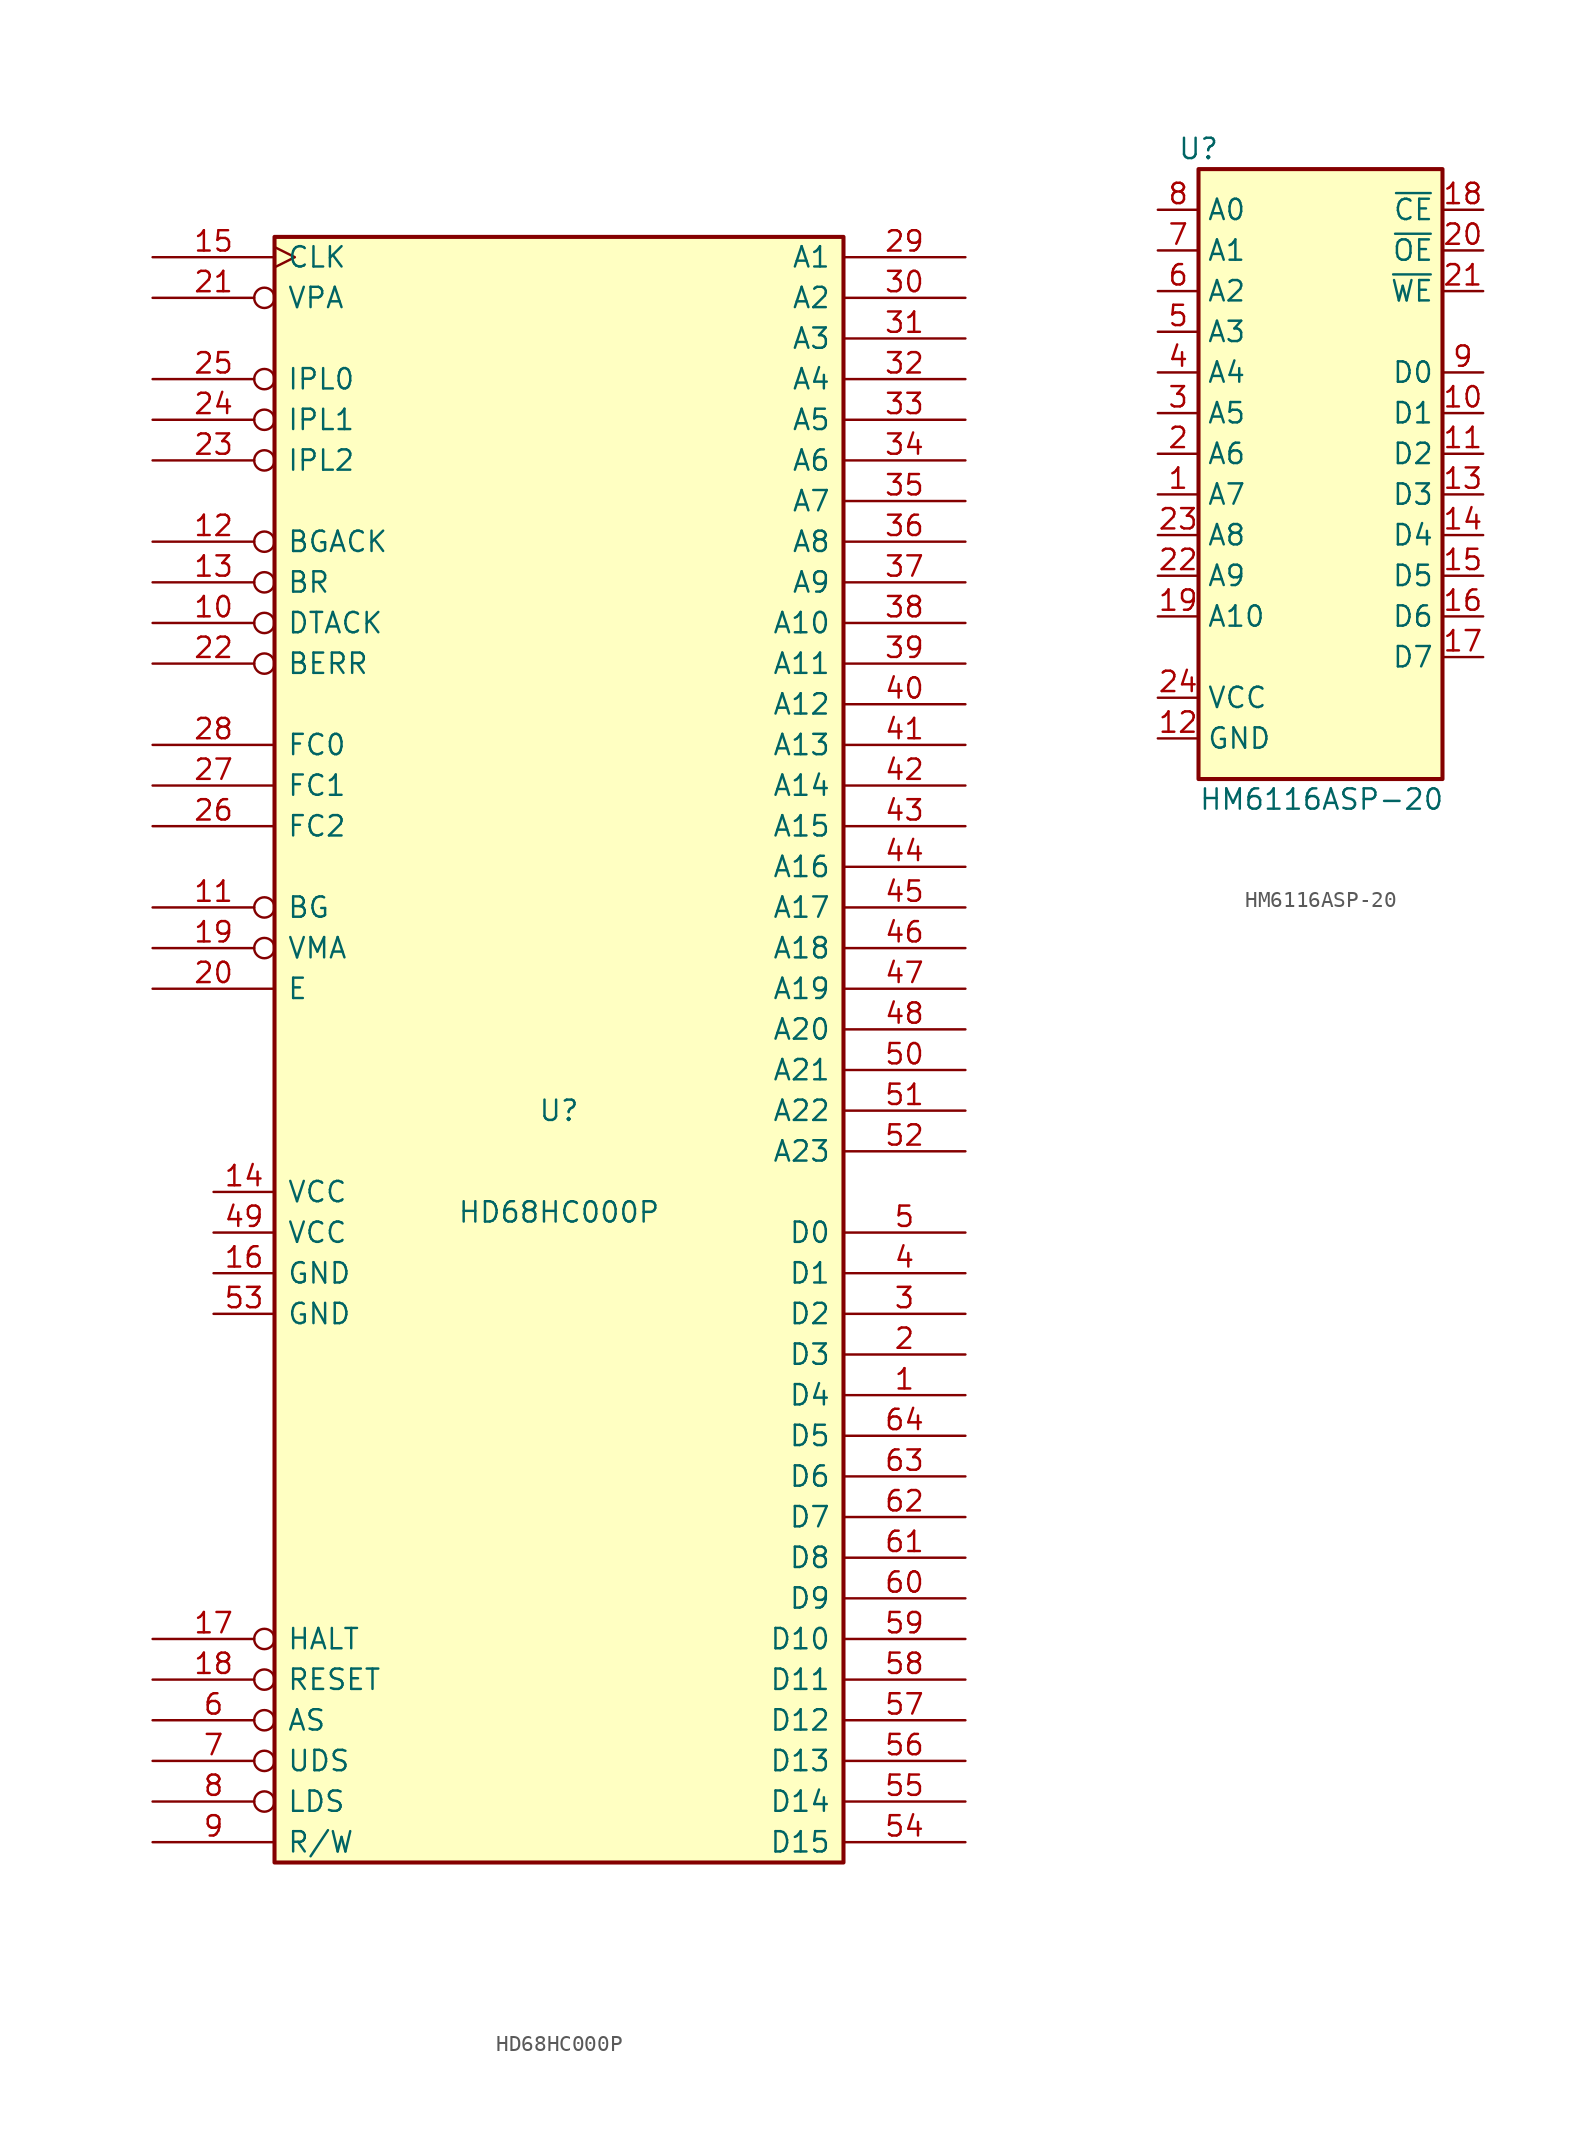
<source format=kicad_sym>
(kicad_symbol_lib
  (version 20211014)
  (generator kicad_symbol_editor)
  (symbol "HD68HC000P"
    (pin_names
      (offset 0.762))
    (property "Reference" "U"
      (at 0 2.54 0)
      (effects (font (size 1.27 1.27))))
    (property "Value" "HD68HC000P"
      (at 0 -3.81 0)
      (effects (font (size 1.27 1.27))))
    (symbol "HD68HC000P_0_1"
      (rectangle (start -17.78 57.15) (end 17.78 -44.45) (stroke (width 0.254) (type default) (color 0 0 0 0)) (fill (type background))))
    (symbol "HD68HC000P_1_1"
      (pin passive line (at 25.4 -15.24 180) (length 7.62) (name "D4" (effects (font (size 1.27 1.27)))) (number "1" (effects (font (size 1.27 1.27)))))
      (pin passive inverted (at -25.4 33.02 0) (length 7.62) (name "DTACK" (effects (font (size 1.27 1.27)))) (number "10" (effects (font (size 1.27 1.27)))))
      (pin passive inverted (at -25.4 15.24 0) (length 7.62) (name "BG" (effects (font (size 1.27 1.27)))) (number "11" (effects (font (size 1.27 1.27)))))
      (pin passive inverted (at -25.4 38.1 0) (length 7.62) (name "BGACK" (effects (font (size 1.27 1.27)))) (number "12" (effects (font (size 1.27 1.27)))))
      (pin input inverted (at -25.4 35.56 0) (length 7.62) (name "BR" (effects (font (size 1.27 1.27)))) (number "13" (effects (font (size 1.27 1.27)))))
      (pin power_in line (at -21.59 -2.54 0) (length 3.81) (name "VCC" (effects (font (size 1.27 1.27)))) (number "14" (effects (font (size 1.27 1.27)))))
      (pin input clock (at -25.4 55.88 0) (length 7.62) (name "CLK" (effects (font (size 1.27 1.27)))) (number "15" (effects (font (size 1.27 1.27)))))
      (pin power_in line (at -21.59 -7.62 0) (length 3.81) (name "GND" (effects (font (size 1.27 1.27)))) (number "16" (effects (font (size 1.27 1.27)))))
      (pin passive inverted (at -25.4 -30.48 0) (length 7.62) (name "HALT" (effects (font (size 1.27 1.27)))) (number "17" (effects (font (size 1.27 1.27)))))
      (pin passive inverted (at -25.4 -33.02 0) (length 7.62) (name "RESET" (effects (font (size 1.27 1.27)))) (number "18" (effects (font (size 1.27 1.27)))))
      (pin passive inverted (at -25.4 12.7 0) (length 7.62) (name "VMA" (effects (font (size 1.27 1.27)))) (number "19" (effects (font (size 1.27 1.27)))))
      (pin passive line (at 25.4 -12.7 180) (length 7.62) (name "D3" (effects (font (size 1.27 1.27)))) (number "2" (effects (font (size 1.27 1.27)))))
      (pin passive line (at -25.4 10.16 0) (length 7.62) (name "E" (effects (font (size 1.27 1.27)))) (number "20" (effects (font (size 1.27 1.27)))))
      (pin passive inverted (at -25.4 53.34 0) (length 7.62) (name "VPA" (effects (font (size 1.27 1.27)))) (number "21" (effects (font (size 1.27 1.27)))))
      (pin passive inverted (at -25.4 30.48 0) (length 7.62) (name "BERR" (effects (font (size 1.27 1.27)))) (number "22" (effects (font (size 1.27 1.27)))))
      (pin passive inverted (at -25.4 43.18 0) (length 7.62) (name "IPL2" (effects (font (size 1.27 1.27)))) (number "23" (effects (font (size 1.27 1.27)))))
      (pin passive inverted (at -25.4 45.72 0) (length 7.62) (name "IPL1" (effects (font (size 1.27 1.27)))) (number "24" (effects (font (size 1.27 1.27)))))
      (pin passive inverted (at -25.4 48.26 0) (length 7.62) (name "IPL0" (effects (font (size 1.27 1.27)))) (number "25" (effects (font (size 1.27 1.27)))))
      (pin passive line (at -25.4 20.32 0) (length 7.62) (name "FC2" (effects (font (size 1.27 1.27)))) (number "26" (effects (font (size 1.27 1.27)))))
      (pin passive line (at -25.4 22.86 0) (length 7.62) (name "FC1" (effects (font (size 1.27 1.27)))) (number "27" (effects (font (size 1.27 1.27)))))
      (pin passive line (at -25.4 25.4 0) (length 7.62) (name "FC0" (effects (font (size 1.27 1.27)))) (number "28" (effects (font (size 1.27 1.27)))))
      (pin passive line (at 25.4 55.88 180) (length 7.62) (name "A1" (effects (font (size 1.27 1.27)))) (number "29" (effects (font (size 1.27 1.27)))))
      (pin passive line (at 25.4 -10.16 180) (length 7.62) (name "D2" (effects (font (size 1.27 1.27)))) (number "3" (effects (font (size 1.27 1.27)))))
      (pin passive line (at 25.4 53.34 180) (length 7.62) (name "A2" (effects (font (size 1.27 1.27)))) (number "30" (effects (font (size 1.27 1.27)))))
      (pin passive line (at 25.4 50.8 180) (length 7.62) (name "A3" (effects (font (size 1.27 1.27)))) (number "31" (effects (font (size 1.27 1.27)))))
      (pin passive line (at 25.4 48.26 180) (length 7.62) (name "A4" (effects (font (size 1.27 1.27)))) (number "32" (effects (font (size 1.27 1.27)))))
      (pin passive line (at 25.4 45.72 180) (length 7.62) (name "A5" (effects (font (size 1.27 1.27)))) (number "33" (effects (font (size 1.27 1.27)))))
      (pin passive line (at 25.4 43.18 180) (length 7.62) (name "A6" (effects (font (size 1.27 1.27)))) (number "34" (effects (font (size 1.27 1.27)))))
      (pin passive line (at 25.4 40.64 180) (length 7.62) (name "A7" (effects (font (size 1.27 1.27)))) (number "35" (effects (font (size 1.27 1.27)))))
      (pin passive line (at 25.4 38.1 180) (length 7.62) (name "A8" (effects (font (size 1.27 1.27)))) (number "36" (effects (font (size 1.27 1.27)))))
      (pin passive line (at 25.4 35.56 180) (length 7.62) (name "A9" (effects (font (size 1.27 1.27)))) (number "37" (effects (font (size 1.27 1.27)))))
      (pin passive line (at 25.4 33.02 180) (length 7.62) (name "A10" (effects (font (size 1.27 1.27)))) (number "38" (effects (font (size 1.27 1.27)))))
      (pin passive line (at 25.4 30.48 180) (length 7.62) (name "A11" (effects (font (size 1.27 1.27)))) (number "39" (effects (font (size 1.27 1.27)))))
      (pin passive line (at 25.4 -7.62 180) (length 7.62) (name "D1" (effects (font (size 1.27 1.27)))) (number "4" (effects (font (size 1.27 1.27)))))
      (pin passive line (at 25.4 27.94 180) (length 7.62) (name "A12" (effects (font (size 1.27 1.27)))) (number "40" (effects (font (size 1.27 1.27)))))
      (pin passive line (at 25.4 25.4 180) (length 7.62) (name "A13" (effects (font (size 1.27 1.27)))) (number "41" (effects (font (size 1.27 1.27)))))
      (pin passive line (at 25.4 22.86 180) (length 7.62) (name "A14" (effects (font (size 1.27 1.27)))) (number "42" (effects (font (size 1.27 1.27)))))
      (pin passive line (at 25.4 20.32 180) (length 7.62) (name "A15" (effects (font (size 1.27 1.27)))) (number "43" (effects (font (size 1.27 1.27)))))
      (pin passive line (at 25.4 17.78 180) (length 7.62) (name "A16" (effects (font (size 1.27 1.27)))) (number "44" (effects (font (size 1.27 1.27)))))
      (pin passive line (at 25.4 15.24 180) (length 7.62) (name "A17" (effects (font (size 1.27 1.27)))) (number "45" (effects (font (size 1.27 1.27)))))
      (pin passive line (at 25.4 12.7 180) (length 7.62) (name "A18" (effects (font (size 1.27 1.27)))) (number "46" (effects (font (size 1.27 1.27)))))
      (pin passive line (at 25.4 10.16 180) (length 7.62) (name "A19" (effects (font (size 1.27 1.27)))) (number "47" (effects (font (size 1.27 1.27)))))
      (pin passive line (at 25.4 7.62 180) (length 7.62) (name "A20" (effects (font (size 1.27 1.27)))) (number "48" (effects (font (size 1.27 1.27)))))
      (pin power_in line (at -21.59 -5.08 0) (length 3.81) (name "VCC" (effects (font (size 1.27 1.27)))) (number "49" (effects (font (size 1.27 1.27)))))
      (pin passive line (at 25.4 -5.08 180) (length 7.62) (name "D0" (effects (font (size 1.27 1.27)))) (number "5" (effects (font (size 1.27 1.27)))))
      (pin passive line (at 25.4 5.08 180) (length 7.62) (name "A21" (effects (font (size 1.27 1.27)))) (number "50" (effects (font (size 1.27 1.27)))))
      (pin passive line (at 25.4 2.54 180) (length 7.62) (name "A22" (effects (font (size 1.27 1.27)))) (number "51" (effects (font (size 1.27 1.27)))))
      (pin passive line (at 25.4 0 180) (length 7.62) (name "A23" (effects (font (size 1.27 1.27)))) (number "52" (effects (font (size 1.27 1.27)))))
      (pin power_in line (at -21.59 -10.16 0) (length 3.81) (name "GND" (effects (font (size 1.27 1.27)))) (number "53" (effects (font (size 1.27 1.27)))))
      (pin passive line (at 25.4 -43.18 180) (length 7.62) (name "D15" (effects (font (size 1.27 1.27)))) (number "54" (effects (font (size 1.27 1.27)))))
      (pin passive line (at 25.4 -40.64 180) (length 7.62) (name "D14" (effects (font (size 1.27 1.27)))) (number "55" (effects (font (size 1.27 1.27)))))
      (pin passive line (at 25.4 -38.1 180) (length 7.62) (name "D13" (effects (font (size 1.27 1.27)))) (number "56" (effects (font (size 1.27 1.27)))))
      (pin passive line (at 25.4 -35.56 180) (length 7.62) (name "D12" (effects (font (size 1.27 1.27)))) (number "57" (effects (font (size 1.27 1.27)))))
      (pin passive line (at 25.4 -33.02 180) (length 7.62) (name "D11" (effects (font (size 1.27 1.27)))) (number "58" (effects (font (size 1.27 1.27)))))
      (pin passive line (at 25.4 -30.48 180) (length 7.62) (name "D10" (effects (font (size 1.27 1.27)))) (number "59" (effects (font (size 1.27 1.27)))))
      (pin passive inverted (at -25.4 -35.56 0) (length 7.62) (name "AS" (effects (font (size 1.27 1.27)))) (number "6" (effects (font (size 1.27 1.27)))))
      (pin passive line (at 25.4 -27.94 180) (length 7.62) (name "D9" (effects (font (size 1.27 1.27)))) (number "60" (effects (font (size 1.27 1.27)))))
      (pin passive line (at 25.4 -25.4 180) (length 7.62) (name "D8" (effects (font (size 1.27 1.27)))) (number "61" (effects (font (size 1.27 1.27)))))
      (pin passive line (at 25.4 -22.86 180) (length 7.62) (name "D7" (effects (font (size 1.27 1.27)))) (number "62" (effects (font (size 1.27 1.27)))))
      (pin passive line (at 25.4 -20.32 180) (length 7.62) (name "D6" (effects (font (size 1.27 1.27)))) (number "63" (effects (font (size 1.27 1.27)))))
      (pin passive line (at 25.4 -17.78 180) (length 7.62) (name "D5" (effects (font (size 1.27 1.27)))) (number "64" (effects (font (size 1.27 1.27)))))
      (pin passive inverted (at -25.4 -38.1 0) (length 7.62) (name "UDS" (effects (font (size 1.27 1.27)))) (number "7" (effects (font (size 1.27 1.27)))))
      (pin passive inverted (at -25.4 -40.64 0) (length 7.62) (name "LDS" (effects (font (size 1.27 1.27)))) (number "8" (effects (font (size 1.27 1.27)))))
      (pin passive line (at -25.4 -43.18 0) (length 7.62) (name "R/W" (effects (font (size 1.27 1.27)))) (number "9" (effects (font (size 1.27 1.27)))))))
  (symbol "HM6116ASP-20"
    (property "Reference" "U"
      (at -7.62 26.67 0)
      (effects (font (size 1.27 1.27))))
    (property "Value" "HM6116ASP-20"
      (at -7.62 -13.97 0)
      (effects (font (size 1.27 1.27)) (justify left)))
    (symbol "HM6116ASP-20_1_1"
      (rectangle (start -7.62 25.4) (end 7.62 -12.7) (stroke (width 0.254) (type default) (color 0 0 0 0)) (fill (type background)))
      (pin input line (at -10.16 5.08 0) (length 2.54) (name "A7" (effects (font (size 1.27 1.27)))) (number "1" (effects (font (size 1.27 1.27)))))
      (pin tri_state line (at 10.16 10.16 180) (length 2.54) (name "D1" (effects (font (size 1.27 1.27)))) (number "10" (effects (font (size 1.27 1.27)))))
      (pin tri_state line (at 10.16 7.62 180) (length 2.54) (name "D2" (effects (font (size 1.27 1.27)))) (number "11" (effects (font (size 1.27 1.27)))))
      (pin power_in line (at -10.16 -10.16 0) (length 2.54) (name "GND" (effects (font (size 1.27 1.27)))) (number "12" (effects (font (size 1.27 1.27)))))
      (pin tri_state line (at 10.16 5.08 180) (length 2.54) (name "D3" (effects (font (size 1.27 1.27)))) (number "13" (effects (font (size 1.27 1.27)))))
      (pin tri_state line (at 10.16 2.54 180) (length 2.54) (name "D4" (effects (font (size 1.27 1.27)))) (number "14" (effects (font (size 1.27 1.27)))))
      (pin tri_state line (at 10.16 0 180) (length 2.54) (name "D5" (effects (font (size 1.27 1.27)))) (number "15" (effects (font (size 1.27 1.27)))))
      (pin tri_state line (at 10.16 -2.54 180) (length 2.54) (name "D6" (effects (font (size 1.27 1.27)))) (number "16" (effects (font (size 1.27 1.27)))))
      (pin tri_state line (at 10.16 -5.08 180) (length 2.54) (name "D7" (effects (font (size 1.27 1.27)))) (number "17" (effects (font (size 1.27 1.27)))))
      (pin input line (at 10.16 22.86 180) (length 2.54) (name "~{CE}" (effects (font (size 1.27 1.27)))) (number "18" (effects (font (size 1.27 1.27)))))
      (pin input line (at -10.16 -2.54 0) (length 2.54) (name "A10" (effects (font (size 1.27 1.27)))) (number "19" (effects (font (size 1.27 1.27)))))
      (pin input line (at -10.16 7.62 0) (length 2.54) (name "A6" (effects (font (size 1.27 1.27)))) (number "2" (effects (font (size 1.27 1.27)))))
      (pin input line (at 10.16 20.32 180) (length 2.54) (name "~{OE}" (effects (font (size 1.27 1.27)))) (number "20" (effects (font (size 1.27 1.27)))))
      (pin input line (at 10.16 17.78 180) (length 2.54) (name "~{WE}" (effects (font (size 1.27 1.27)))) (number "21" (effects (font (size 1.27 1.27)))))
      (pin input line (at -10.16 0 0) (length 2.54) (name "A9" (effects (font (size 1.27 1.27)))) (number "22" (effects (font (size 1.27 1.27)))))
      (pin input line (at -10.16 2.54 0) (length 2.54) (name "A8" (effects (font (size 1.27 1.27)))) (number "23" (effects (font (size 1.27 1.27)))))
      (pin power_in line (at -10.16 -7.62 0) (length 2.54) (name "VCC" (effects (font (size 1.27 1.27)))) (number "24" (effects (font (size 1.27 1.27)))))
      (pin input line (at -10.16 10.16 0) (length 2.54) (name "A5" (effects (font (size 1.27 1.27)))) (number "3" (effects (font (size 1.27 1.27)))))
      (pin input line (at -10.16 12.7 0) (length 2.54) (name "A4" (effects (font (size 1.27 1.27)))) (number "4" (effects (font (size 1.27 1.27)))))
      (pin input line (at -10.16 15.24 0) (length 2.54) (name "A3" (effects (font (size 1.27 1.27)))) (number "5" (effects (font (size 1.27 1.27)))))
      (pin input line (at -10.16 17.78 0) (length 2.54) (name "A2" (effects (font (size 1.27 1.27)))) (number "6" (effects (font (size 1.27 1.27)))))
      (pin input line (at -10.16 20.32 0) (length 2.54) (name "A1" (effects (font (size 1.27 1.27)))) (number "7" (effects (font (size 1.27 1.27)))))
      (pin input line (at -10.16 22.86 0) (length 2.54) (name "A0" (effects (font (size 1.27 1.27)))) (number "8" (effects (font (size 1.27 1.27)))))
      (pin tri_state line (at 10.16 12.7 180) (length 2.54) (name "D0" (effects (font (size 1.27 1.27)))) (number "9" (effects (font (size 1.27 1.27))))))))
</source>
